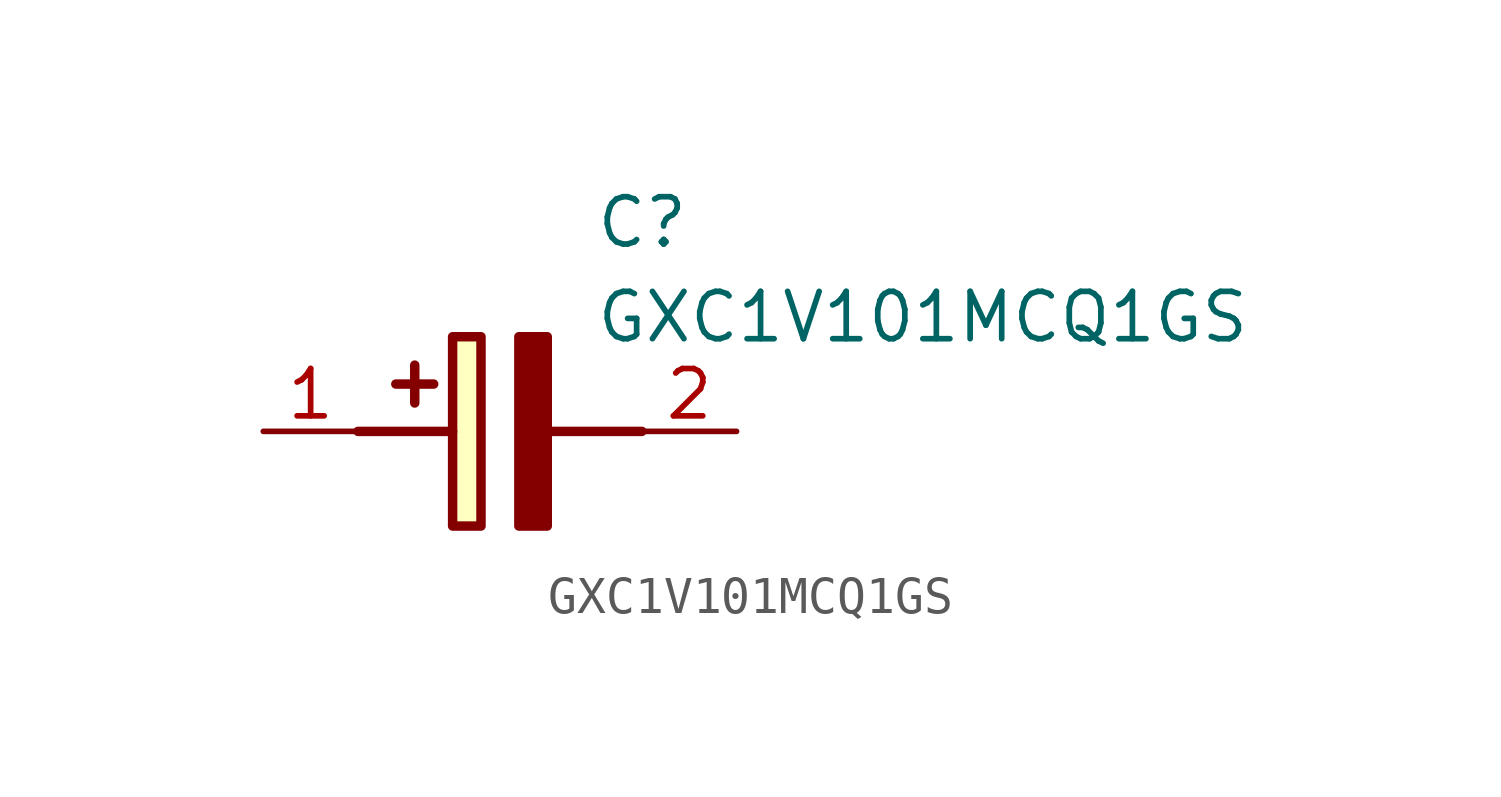
<source format=kicad_sym>
(kicad_symbol_lib
  (version 20211014)
  (generator SamacSys_ECAD_Model)
  (symbol "GXC1V101MCQ1GS"
    (pin_names hide)
    (property "Reference" "C"
      (at 8.89 6.35 0)
      (effects (font (size 1.27 1.27)) (justify left top)))
    (property "Value" "GXC1V101MCQ1GS"
      (at 8.89 3.81 0)
      (effects (font (size 1.27 1.27)) (justify left top)))
    (rectangle
      (start 5.08 2.54)
      (end 5.842 -2.54)
      (stroke (width 0.254) (type default))
      (fill (type background)))
    (polyline
      (pts (xy 4.572 1.27) (xy 3.556 1.27))
      (stroke (width 0.254) (type default))
      (fill (type none)))
    (polyline
      (pts (xy 4.064 1.778) (xy 4.064 0.762))
      (stroke (width 0.254) (type default))
      (fill (type none)))
    (polyline
      (pts (xy 2.54 0) (xy 5.08 0))
      (stroke (width 0.254) (type default))
      (fill (type none)))
    (polyline
      (pts (xy 7.62 0) (xy 10.16 0))
      (stroke (width 0.254) (type default))
      (fill (type none)))
    (polyline
      (pts (xy 7.62 2.54) (xy 7.62 -2.54) (xy 6.858 -2.54) (xy 6.858 2.54) (xy 7.62 2.54))
      (stroke (width 0.254) (type default))
      (fill (type outline)))
    (pin passive line
      (at 0 0 0)
      (length 2.54)
      (name "+" (effects (font (size 1.27 1.27))))
      (number "1" (effects (font (size 1.27 1.27)))))
    (pin passive line
      (at 12.7 0 180)
      (length 2.54)
      (name "-" (effects (font (size 1.27 1.27))))
      (number "2" (effects (font (size 1.27 1.27)))))))
</source>
